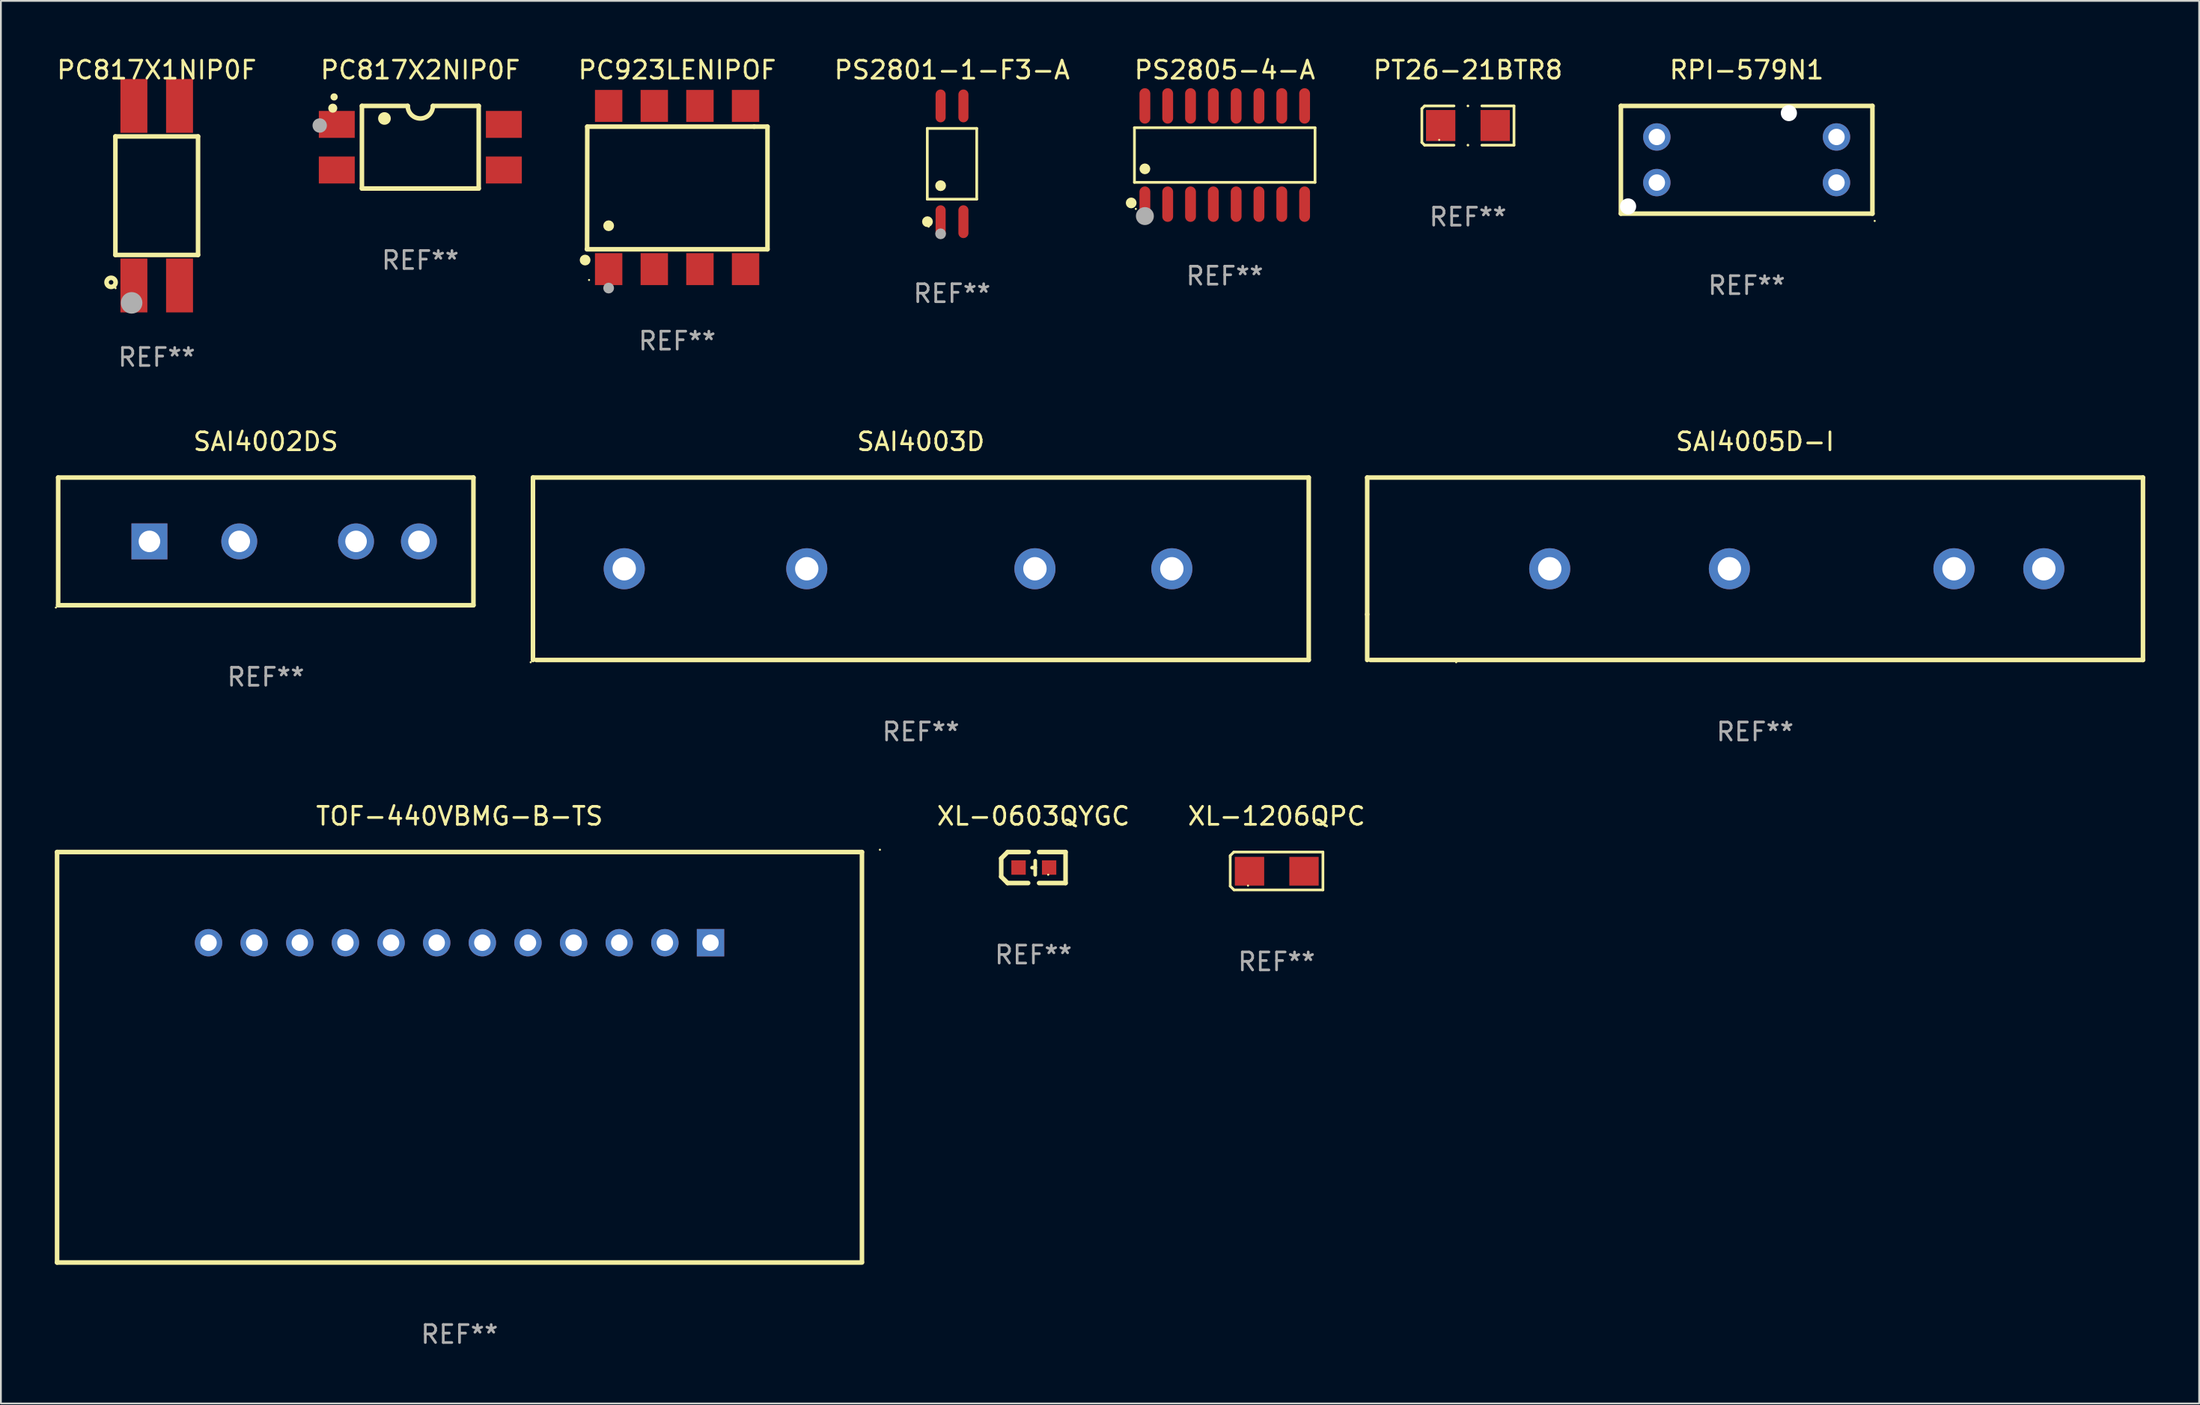
<source format=kicad_pcb>
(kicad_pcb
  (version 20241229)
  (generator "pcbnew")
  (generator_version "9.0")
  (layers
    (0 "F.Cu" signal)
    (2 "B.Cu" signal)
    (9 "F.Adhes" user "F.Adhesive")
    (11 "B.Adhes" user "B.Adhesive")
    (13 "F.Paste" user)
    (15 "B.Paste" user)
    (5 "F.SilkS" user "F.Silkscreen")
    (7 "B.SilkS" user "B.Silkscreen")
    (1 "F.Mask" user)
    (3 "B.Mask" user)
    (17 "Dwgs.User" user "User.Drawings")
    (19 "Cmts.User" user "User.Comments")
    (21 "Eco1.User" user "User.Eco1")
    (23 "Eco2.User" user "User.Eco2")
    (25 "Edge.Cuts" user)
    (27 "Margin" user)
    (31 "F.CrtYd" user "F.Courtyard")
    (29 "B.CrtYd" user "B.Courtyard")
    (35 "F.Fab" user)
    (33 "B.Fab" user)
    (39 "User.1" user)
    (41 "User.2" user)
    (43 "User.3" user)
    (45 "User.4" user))
  (footprint "PC817X2NIP0F"
    (layer "F.Cu")
    (at 20.345 5.148)
    (property "Reference" "PC817X2NIP0F" (at 0 -4.3 0) (layer "F.SilkS") (effects (font (size 1 1) (thickness 0.15))))
    (attr through_hole)
    (fp_line (start -3.25 -2.3) (end -0.7 -2.3) (stroke (width 0.254) (type solid)) (layer "F.SilkS"))
    (fp_line (start -3.25 2.3) (end -3.25 -2.3) (stroke (width 0.254) (type solid)) (layer "F.SilkS"))
    (fp_line (start 3.25 -2.3) (end 0.7 -2.3) (stroke (width 0.254) (type solid)) (layer "F.SilkS"))
    (fp_line (start 3.25 -2.3) (end 3.25 2.3) (stroke (width 0.254) (type solid)) (layer "F.SilkS"))
    (fp_line (start 3.25 2.3) (end -3.25 2.3) (stroke (width 0.254) (type solid)) (layer "F.SilkS"))
    (fp_arc (start -4.800038 -2.800013) (mid -4.798768 -2.800017) (end -4.797498 -2.800013) (stroke (width 0.4) (type solid)) (layer "F.SilkS"))
    (fp_arc (start -1.998997 -1.600216) (mid -1.996469 -1.600225) (end -1.993942 -1.600216) (stroke (width 0.700003) (type solid)) (layer "F.SilkS"))
    (fp_arc (start 0.699987 -2.300013) (mid -0.00099 -1.60042) (end -0.701054 -2.300927) (stroke (width 0.254001) (type solid)) (layer "F.SilkS"))
    (fp_circle (center -4.873 -2.173) (end -4.746 -2.173) (stroke (width 0.254) (type solid)) (fill no) (layer "F.SilkS"))
    (fp_circle (center -5.6 -1.208) (end -5.4 -1.208) (stroke (width 0.4) (type solid)) (fill no) (layer "F.Fab"))
    (fp_text user "REF**" (at 0 6.3 0) (layer "F.Fab") (effects (font (size 1 1) (thickness 0.15))))
    (pad "1" smd rect (at -4.65 -1.27 90) (size 1.5 2) (layers "F.Cu" "F.Mask" "F.Paste"))
    (pad "2" smd rect (at -4.65 1.27 90) (size 1.5 2) (layers "F.Cu" "F.Mask" "F.Paste"))
    (pad "3" smd rect (at 4.65 1.27 90) (size 1.5 2) (layers "F.Cu" "F.Mask" "F.Paste"))
    (pad "4" smd rect (at 4.65 -1.27 90) (size 1.5 2) (layers "F.Cu" "F.Mask" "F.Paste")))
  (footprint "PS2801-1-F3-A"
    (layer "F.Cu")
    (at 49.94 6.072)
    (property "Reference" "PS2801-1-F3-A" (at 0 -5.224 0) (layer "F.SilkS") (effects (font (size 1 1) (thickness 0.15))))
    (attr through_hole)
    (fp_line (start -1.376 -1.971) (end 1.376 -1.971) (stroke (width 0.152) (type solid)) (layer "F.SilkS"))
    (fp_line (start -1.376 1.971) (end -1.376 -1.971) (stroke (width 0.152) (type solid)) (layer "F.SilkS"))
    (fp_line (start 1.376 -1.971) (end 1.376 1.971) (stroke (width 0.152) (type solid)) (layer "F.SilkS"))
    (fp_line (start 1.376 1.971) (end -1.376 1.971) (stroke (width 0.152) (type solid)) (layer "F.SilkS"))
    (fp_circle (center -1.367 3.224) (end -1.217 3.224) (stroke (width 0.3) (type solid)) (fill no) (layer "F.SilkS"))
    (fp_circle (center -1.3 3.5) (end -1.27 3.5) (stroke (width 0.06) (type solid)) (fill no) (layer "F.SilkS"))
    (fp_circle (center -0.635 1.219) (end -0.485 1.219) (stroke (width 0.3) (type solid)) (fill no) (layer "F.SilkS"))
    (fp_circle (center -0.635 3.9) (end -0.485 3.9) (stroke (width 0.3) (type solid)) (fill no) (layer "F.Fab"))
    (fp_text user "REF**" (at 0 7.224 0) (layer "F.Fab") (effects (font (size 1 1) (thickness 0.15))))
    (pad "1" smd oval (at -0.635 3.224) (size 0.56 1.827) (layers "F.Cu" "F.Mask" "F.Paste"))
    (pad "2" smd oval (at 0.635 3.224) (size 0.56 1.827) (layers "F.Cu" "F.Mask" "F.Paste"))
    (pad "3" smd oval (at 0.635 -3.224) (size 0.56 1.827) (layers "F.Cu" "F.Mask" "F.Paste"))
    (pad "4" smd oval (at -0.635 -3.224) (size 0.56 1.827) (layers "F.Cu" "F.Mask" "F.Paste")))
  (footprint "PS2805-4-A"
    (layer "F.Cu")
    (at 65.12 5.584)
    (property "Reference" "PS2805-4-A" (at 0 -4.736 0) (layer "F.SilkS") (effects (font (size 1 1) (thickness 0.15))))
    (attr through_hole)
    (fp_line (start -5.026 -1.521) (end 5.026 -1.521) (stroke (width 0.152) (type solid)) (layer "F.SilkS"))
    (fp_line (start -5.026 1.521) (end -5.026 -1.521) (stroke (width 0.152) (type solid)) (layer "F.SilkS"))
    (fp_line (start 5.026 -1.521) (end 5.026 1.521) (stroke (width 0.152) (type solid)) (layer "F.SilkS"))
    (fp_line (start 5.026 1.521) (end -5.026 1.521) (stroke (width 0.152) (type solid)) (layer "F.SilkS"))
    (fp_circle (center -5.207 2.667) (end -5.057 2.667) (stroke (width 0.3) (type solid)) (fill no) (layer "F.SilkS"))
    (fp_circle (center -4.95 3) (end -4.92 3) (stroke (width 0.06) (type solid)) (fill no) (layer "F.SilkS"))
    (fp_circle (center -4.445 0.769) (end -4.295 0.769) (stroke (width 0.3) (type solid)) (fill no) (layer "F.SilkS"))
    (fp_circle (center -4.445 3.4) (end -4.195 3.4) (stroke (width 0.5) (type solid)) (fill no) (layer "F.Fab"))
    (fp_text user "REF**" (at 0 6.736 0) (layer "F.Fab") (effects (font (size 1 1) (thickness 0.15))))
    (pad "1" smd oval (at -4.445 2.736) (size 0.602 1.971) (layers "F.Cu" "F.Mask" "F.Paste"))
    (pad "2" smd oval (at -3.175 2.736) (size 0.602 1.971) (layers "F.Cu" "F.Mask" "F.Paste"))
    (pad "3" smd oval (at -1.905 2.736) (size 0.602 1.971) (layers "F.Cu" "F.Mask" "F.Paste"))
    (pad "4" smd oval (at -0.635 2.736) (size 0.602 1.971) (layers "F.Cu" "F.Mask" "F.Paste"))
    (pad "5" smd oval (at 0.635 2.736) (size 0.602 1.971) (layers "F.Cu" "F.Mask" "F.Paste"))
    (pad "6" smd oval (at 1.905 2.736) (size 0.602 1.971) (layers "F.Cu" "F.Mask" "F.Paste"))
    (pad "7" smd oval (at 3.175 2.736) (size 0.602 1.971) (layers "F.Cu" "F.Mask" "F.Paste"))
    (pad "8" smd oval (at 4.445 2.736) (size 0.602 1.971) (layers "F.Cu" "F.Mask" "F.Paste"))
    (pad "9" smd oval (at 4.445 -2.736) (size 0.602 1.971) (layers "F.Cu" "F.Mask" "F.Paste"))
    (pad "10" smd oval (at 3.175 -2.736) (size 0.602 1.971) (layers "F.Cu" "F.Mask" "F.Paste"))
    (pad "11" smd oval (at 1.905 -2.736) (size 0.602 1.971) (layers "F.Cu" "F.Mask" "F.Paste"))
    (pad "12" smd oval (at 0.635 -2.736) (size 0.602 1.971) (layers "F.Cu" "F.Mask" "F.Paste"))
    (pad "13" smd oval (at -0.635 -2.736) (size 0.602 1.971) (layers "F.Cu" "F.Mask" "F.Paste"))
    (pad "14" smd oval (at -1.905 -2.736) (size 0.602 1.971) (layers "F.Cu" "F.Mask" "F.Paste"))
    (pad "15" smd oval (at -3.175 -2.736) (size 0.602 1.971) (layers "F.Cu" "F.Mask" "F.Paste"))
    (pad "16" smd oval (at -4.445 -2.736) (size 0.602 1.971) (layers "F.Cu" "F.Mask" "F.Paste")))
  (footprint "SAI4002DS"
    (layer "F.Cu")
    (at 11.744 27.101)
    (property "Reference" "SAI4002DS" (at 0 -5.556 0) (layer "F.SilkS") (effects (font (size 1 1) (thickness 0.15))))
    (attr through_hole)
    (fp_line (start -11.557 -3.556) (end 11.557 -3.556) (stroke (width 0.254) (type solid)) (layer "F.SilkS"))
    (fp_line (start -11.557 3.556) (end -11.557 -3.556) (stroke (width 0.254) (type solid)) (layer "F.SilkS"))
    (fp_line (start 11.557 -3.556) (end 11.557 3.556) (stroke (width 0.254) (type solid)) (layer "F.SilkS"))
    (fp_line (start 11.557 3.556) (end -11.557 3.556) (stroke (width 0.254) (type solid)) (layer "F.SilkS"))
    (fp_circle (center -11.684 3.683) (end -11.654 3.683) (stroke (width 0.06) (type solid)) (fill no) (layer "F.SilkS"))
    (fp_text user "REF**" (at 0 7.556 0) (layer "F.Fab") (effects (font (size 1 1) (thickness 0.15))))
    (pad "1" thru_hole rect (at -6.477 0) (size 2 2) (drill 1.2) (layers "*.Cu" "*.Mask"))
    (pad "2" thru_hole circle (at -1.477 0) (size 2 2) (drill 1.2) (layers "*.Cu" "*.Mask"))
    (pad "3" thru_hole circle (at 5.023 0) (size 2 2) (drill 1.2) (layers "*.Cu" "*.Mask"))
    (pad "4" thru_hole circle (at 8.523 0) (size 2 2) (drill 1.2) (layers "*.Cu" "*.Mask")))
  (footprint "XL-0603QYGC"
    (layer "F.Cu")
    (at 54.469 45.265)
    (property "Reference" "XL-0603QYGC" (at 0 -2.864 0) (layer "F.SilkS") (effects (font (size 1 1) (thickness 0.15))))
    (attr through_hole)
    (fp_line (start -1.791 -0.508) (end -1.435 -0.864) (stroke (width 0.254) (type solid)) (layer "F.SilkS"))
    (fp_line (start -1.791 0.508) (end -1.791 -0.508) (stroke (width 0.254) (type solid)) (layer "F.SilkS"))
    (fp_line (start -1.435 0.864) (end -1.791 0.508) (stroke (width 0.254) (type solid)) (layer "F.SilkS"))
    (fp_line (start -0.292 0.864) (end -1.435 0.864) (stroke (width 0.254) (type solid)) (layer "F.SilkS"))
    (fp_line (start -0.267 -0.864) (end -1.435 -0.864) (stroke (width 0.254) (type solid)) (layer "F.SilkS"))
    (fp_line (start 0.102 0.008) (end -0.074 0.008) (stroke (width 0.203) (type solid)) (layer "F.SilkS"))
    (fp_line (start 0.102 0.406) (end 0.102 -0.381) (stroke (width 0.203) (type solid)) (layer "F.SilkS"))
    (fp_line (start 1.791 -0.864) (end 0.318 -0.864) (stroke (width 0.254) (type solid)) (layer "F.SilkS"))
    (fp_line (start 1.791 0.864) (end 0.318 0.864) (stroke (width 0.254) (type solid)) (layer "F.SilkS"))
    (fp_line (start 1.791 0.864) (end 1.791 -0.864) (stroke (width 0.254) (type solid)) (layer "F.SilkS"))
    (fp_circle (center 0.825 0.4) (end 0.855 0.4) (stroke (width 0.06) (type solid)) (fill no) (layer "F.SilkS"))
    (fp_text user "REF**" (at 0 4.864 0) (layer "F.Fab") (effects (font (size 1 1) (thickness 0.15))))
    (pad "1" smd rect (at 0.876 0 90) (size 0.8 0.8) (layers "F.Cu" "F.Mask" "F.Paste"))
    (pad "2" smd rect (at -0.826 0 90) (size 0.8 0.8) (layers "F.Cu" "F.Mask" "F.Paste")))
  (footprint "TOF-440VBMG-B-TS"
    (layer "F.Cu")
    (at 22.527 55.831)
    (property "Reference" "TOF-440VBMG-B-TS" (at 0 -13.43 0) (layer "F.SilkS") (effects (font (size 1 1) (thickness 0.15))))
    (attr through_hole)
    (fp_line (start -22.4 -11.43) (end -22.4 11.43) (stroke (width 0.254) (type solid)) (layer "F.SilkS"))
    (fp_line (start 22.4 -11.43) (end -22.4 -11.43) (stroke (width 0.254) (type solid)) (layer "F.SilkS"))
    (fp_line (start 22.4 -11.43) (end 22.4 11.4) (stroke (width 0.254) (type solid)) (layer "F.SilkS"))
    (fp_line (start 22.4 11.43) (end -22.4 11.43) (stroke (width 0.254) (type solid)) (layer "F.SilkS"))
    (fp_circle (center 23.4 -11.557) (end 23.43 -11.557) (stroke (width 0.06) (type solid)) (fill no) (layer "F.SilkS"))
    (fp_text user "REF**" (at 0 15.43 0) (layer "F.Fab") (effects (font (size 1 1) (thickness 0.15))))
    (pad "1" thru_hole rect (at 13.97 -6.38) (size 1.524 1.524) (drill 0.914) (layers "*.Cu" "*.Mask"))
    (pad "2" thru_hole circle (at 11.43 -6.38) (size 1.524 1.524) (drill 0.914) (layers "*.Cu" "*.Mask"))
    (pad "3" thru_hole circle (at 8.89 -6.38) (size 1.524 1.524) (drill 0.914) (layers "*.Cu" "*.Mask"))
    (pad "4" thru_hole circle (at 6.35 -6.38) (size 1.524 1.524) (drill 0.914) (layers "*.Cu" "*.Mask"))
    (pad "5" thru_hole circle (at 3.81 -6.38) (size 1.524 1.524) (drill 0.914) (layers "*.Cu" "*.Mask"))
    (pad "6" thru_hole circle (at 1.27 -6.38) (size 1.524 1.524) (drill 0.914) (layers "*.Cu" "*.Mask"))
    (pad "7" thru_hole circle (at -1.27 -6.38) (size 1.524 1.524) (drill 0.914) (layers "*.Cu" "*.Mask"))
    (pad "8" thru_hole circle (at -3.81 -6.38) (size 1.524 1.524) (drill 0.914) (layers "*.Cu" "*.Mask"))
    (pad "9" thru_hole circle (at -6.35 -6.38) (size 1.524 1.524) (drill 0.914) (layers "*.Cu" "*.Mask"))
    (pad "10" thru_hole circle (at -8.89 -6.38) (size 1.524 1.524) (drill 0.914) (layers "*.Cu" "*.Mask"))
    (pad "11" thru_hole circle (at -11.43 -6.38) (size 1.524 1.524) (drill 0.914) (layers "*.Cu" "*.Mask"))
    (pad "12" thru_hole circle (at -13.97 -6.38) (size 1.524 1.524) (drill 0.914) (layers "*.Cu" "*.Mask")))
  (footprint "PC817X1NIP0F"
    (layer "F.Cu")
    (at 5.673 7.848)
    (property "Reference" "PC817X1NIP0F" (at 0 -7 0) (layer "F.SilkS") (effects (font (size 1 1) (thickness 0.15))))
    (attr through_hole)
    (fp_line (start -2.3 -3.3) (end 2.3 -3.3) (stroke (width 0.254) (type solid)) (layer "F.SilkS"))
    (fp_line (start -2.3 3.3) (end -2.3 -3.3) (stroke (width 0.254) (type solid)) (layer "F.SilkS"))
    (fp_line (start 2.3 -3.3) (end 2.3 3.3) (stroke (width 0.254) (type solid)) (layer "F.SilkS"))
    (fp_line (start 2.3 3.3) (end -2.3 3.3) (stroke (width 0.254) (type solid)) (layer "F.SilkS"))
    (fp_circle (center -2.54 4.826) (end -2.286 4.826) (stroke (width 0.254) (type solid)) (fill no) (layer "F.SilkS"))
    (fp_circle (center -2.29 5.15) (end -2.26 5.15) (stroke (width 0.06) (type solid)) (fill no) (layer "F.SilkS"))
    (fp_circle (center -1.397 5.969) (end -1.097 5.969) (stroke (width 0.6) (type solid)) (fill no) (layer "F.Fab"))
    (fp_text user "REF**" (at 0 9 0) (layer "F.Fab") (effects (font (size 1 1) (thickness 0.15))))
    (pad "1" smd rect (at -1.27 5 180) (size 1.5 3) (layers "F.Cu" "F.Mask" "F.Paste"))
    (pad "2" smd rect (at 1.27 5 180) (size 1.5 3) (layers "F.Cu" "F.Mask" "F.Paste"))
    (pad "3" smd rect (at 1.27 -5 180) (size 1.5 3) (layers "F.Cu" "F.Mask" "F.Paste"))
    (pad "4" smd rect (at -1.27 -5 180) (size 1.5 3) (layers "F.Cu" "F.Mask" "F.Paste")))
  (footprint "XL-1206QPC"
    (layer "F.Cu")
    (at 68.005 45.456)
    (property "Reference" "XL-1206QPC" (at 0 -3.055 0) (layer "F.SilkS") (effects (font (size 1 1) (thickness 0.15))))
    (attr through_hole)
    (fp_line (start -2.58 -0.855) (end -2.38 -1.055) (stroke (width 0.15) (type solid)) (layer "F.SilkS"))
    (fp_line (start -2.58 -0.775) (end -2.58 -0.855) (stroke (width 0.15) (type solid)) (layer "F.SilkS"))
    (fp_line (start -2.58 -0.775) (end -2.58 0.845) (stroke (width 0.15) (type solid)) (layer "F.SilkS"))
    (fp_line (start -2.58 0.845) (end -2.37 1.055) (stroke (width 0.15) (type solid)) (layer "F.SilkS"))
    (fp_line (start -2.38 -1.055) (end 2.58 -1.055) (stroke (width 0.15) (type solid)) (layer "F.SilkS"))
    (fp_line (start 2.58 -1.055) (end 2.58 1.055) (stroke (width 0.15) (type solid)) (layer "F.SilkS"))
    (fp_line (start 2.58 1.055) (end -2.37 1.055) (stroke (width 0.15) (type solid)) (layer "F.SilkS"))
    (fp_circle (center -1.59 0.815) (end -1.56 0.815) (stroke (width 0.06) (type solid)) (fill no) (layer "F.SilkS"))
    (fp_text user "REF**" (at 0 5.055 0) (layer "F.Fab") (effects (font (size 1 1) (thickness 0.15))))
    (pad "1" smd rect (at -1.507 0.015) (size 1.635 1.6) (layers "F.Cu" "F.Mask" "F.Paste"))
    (pad "2" smd rect (at 1.527 0.015) (size 1.635 1.6) (layers "F.Cu" "F.Mask" "F.Paste")))
  (footprint "RPI-579N1"
    (layer "F.Cu")
    (at 94.17 5.848)
    (property "Reference" "RPI-579N1" (at 0 -5 0) (layer "F.SilkS") (effects (font (size 1 1) (thickness 0.15))))
    (attr through_hole)
    (fp_line (start -7 -3) (end 7 -3) (stroke (width 0.254) (type solid)) (layer "F.SilkS"))
    (fp_line (start -7 3) (end -7 -3) (stroke (width 0.254) (type solid)) (layer "F.SilkS"))
    (fp_line (start 7 -3) (end 7 3) (stroke (width 0.254) (type solid)) (layer "F.SilkS"))
    (fp_line (start 7 3) (end -7 3) (stroke (width 0.254) (type solid)) (layer "F.SilkS"))
    (fp_circle (center 7.127 3.406) (end 7.157 3.406) (stroke (width 0.06) (type solid)) (fill no) (layer "F.SilkS"))
    (fp_text user "REF**" (at 0 7 0) (layer "F.Fab") (effects (font (size 1 1) (thickness 0.15))))
    (pad "" np_thru_hole circle (at -6.6 2.6) (size 0.9 0.9) (drill 0.9) (layers "*.Cu" "*.Mask"))
    (pad "" np_thru_hole circle (at 2.35 -2.6) (size 0.9 0.9) (drill 0.9) (layers "*.Cu" "*.Mask"))
    (pad "1" thru_hole circle (at 5 1.27) (size 1.524 1.524) (drill 0.914) (layers "*.Cu" "*.Mask"))
    (pad "2" thru_hole circle (at 5 -1.27) (size 1.524 1.524) (drill 0.914) (layers "*.Cu" "*.Mask"))
    (pad "3" thru_hole circle (at -5 -1.27) (size 1.524 1.524) (drill 0.914) (layers "*.Cu" "*.Mask"))
    (pad "4" thru_hole circle (at -5 1.27) (size 1.524 1.524) (drill 0.914) (layers "*.Cu" "*.Mask")))
  (footprint "SAI4003D"
    (layer "F.Cu")
    (at 48.205 28.625)
    (property "Reference" "SAI4003D" (at 0 -7.08 0) (layer "F.SilkS") (effects (font (size 1 1) (thickness 0.15))))
    (attr through_hole)
    (fp_line (start -21.59 -5.08) (end 21.59 -5.08) (stroke (width 0.254) (type solid)) (layer "F.SilkS"))
    (fp_line (start -21.59 2.54) (end -21.59 -5.08) (stroke (width 0.254) (type solid)) (layer "F.SilkS"))
    (fp_line (start -21.59 2.54) (end -21.59 5.08) (stroke (width 0.254) (type solid)) (layer "F.SilkS"))
    (fp_line (start -21.41 5.08) (end 21.59 5.08) (stroke (width 0.254) (type solid)) (layer "F.SilkS"))
    (fp_line (start 21.59 -5.08) (end 21.59 5.08) (stroke (width 0.254) (type solid)) (layer "F.SilkS"))
    (fp_circle (center -21.717 5.207) (end -21.687 5.207) (stroke (width 0.06) (type solid)) (fill no) (layer "F.SilkS"))
    (fp_text user "REF**" (at 0 9.08 0) (layer "F.Fab") (effects (font (size 1 1) (thickness 0.15))))
    (pad "1" thru_hole circle (at -16.51 0) (size 2.286 2.286) (drill 1.3) (layers "*.Cu" "*.Mask"))
    (pad "2" thru_hole circle (at 6.35 0) (size 2.286 2.286) (drill 1.3) (layers "*.Cu" "*.Mask"))
    (pad "4" thru_hole circle (at 13.97 0) (size 2.286 2.286) (drill 1.3) (layers "*.Cu" "*.Mask"))
    (pad "6" thru_hole circle (at -6.35 0) (size 2.286 2.286) (drill 1.3) (layers "*.Cu" "*.Mask")))
  (footprint "PC923LENIPOF"
    (layer "F.Cu")
    (at 34.643 7.393)
    (property "Reference" "PC923LENIPOF" (at 0 -6.545 0) (layer "F.SilkS") (effects (font (size 1 1) (thickness 0.15))))
    (attr through_hole)
    (fp_line (start -5.005 -3.39) (end -5.015 3.42) (stroke (width 0.254) (type solid)) (layer "F.SilkS"))
    (fp_line (start 4.285 -3.39) (end -5.005 -3.39) (stroke (width 0.254) (type solid)) (layer "F.SilkS"))
    (fp_line (start 4.285 -3.39) (end 5.025 -3.39) (stroke (width 0.254) (type solid)) (layer "F.SilkS"))
    (fp_line (start 5.025 -3.39) (end 5.025 3.44) (stroke (width 0.254) (type solid)) (layer "F.SilkS"))
    (fp_line (start 5.025 3.44) (end -5.025 3.44) (stroke (width 0.254) (type solid)) (layer "F.SilkS"))
    (fp_circle (center -5.125 4.04) (end -4.975 4.04) (stroke (width 0.3) (type solid)) (fill no) (layer "F.SilkS"))
    (fp_circle (center -4.905 5.15) (end -4.875 5.15) (stroke (width 0.06) (type solid)) (fill no) (layer "F.SilkS"))
    (fp_circle (center -3.815 2.129) (end -3.665 2.129) (stroke (width 0.3) (type solid)) (fill no) (layer "F.SilkS"))
    (fp_circle (center -3.815 5.6) (end -3.665 5.6) (stroke (width 0.3) (type solid)) (fill no) (layer "F.Fab"))
    (fp_text user "REF**" (at 0 8.545 0) (layer "F.Fab") (effects (font (size 1 1) (thickness 0.15))))
    (pad "1" smd rect (at -3.815 4.545) (size 1.525 1.78) (layers "F.Cu" "F.Mask" "F.Paste"))
    (pad "2" smd rect (at -1.275 4.545) (size 1.525 1.78) (layers "F.Cu" "F.Mask" "F.Paste"))
    (pad "3" smd rect (at 1.265 4.545) (size 1.525 1.78) (layers "F.Cu" "F.Mask" "F.Paste"))
    (pad "4" smd rect (at 3.805 4.545) (size 1.525 1.78) (layers "F.Cu" "F.Mask" "F.Paste"))
    (pad "5" smd rect (at 3.805 -4.545) (size 1.525 1.78) (layers "F.Cu" "F.Mask" "F.Paste"))
    (pad "6" smd rect (at 1.265 -4.545) (size 1.525 1.78) (layers "F.Cu" "F.Mask" "F.Paste"))
    (pad "7" smd rect (at -1.275 -4.545) (size 1.525 1.78) (layers "F.Cu" "F.Mask" "F.Paste"))
    (pad "8" smd rect (at -3.815 -4.545) (size 1.525 1.78) (layers "F.Cu" "F.Mask" "F.Paste")))
  (footprint "SAI4005D-I"
    (layer "F.Cu")
    (at 94.639 28.625)
    (property "Reference" "SAI4005D-I" (at 0 -7.08 0) (layer "F.SilkS") (effects (font (size 1 1) (thickness 0.15))))
    (attr through_hole)
    (fp_line (start -21.59 -5.08) (end 21.59 -5.08) (stroke (width 0.254) (type solid)) (layer "F.SilkS"))
    (fp_line (start -21.59 2.54) (end -21.59 -5.08) (stroke (width 0.254) (type solid)) (layer "F.SilkS"))
    (fp_line (start -21.59 2.54) (end -21.59 5.08) (stroke (width 0.254) (type solid)) (layer "F.SilkS"))
    (fp_line (start -21.41 5.08) (end 21.59 5.08) (stroke (width 0.254) (type solid)) (layer "F.SilkS"))
    (fp_line (start 21.59 -5.08) (end 21.59 5.08) (stroke (width 0.254) (type solid)) (layer "F.SilkS"))
    (fp_circle (center -16.637 5.207) (end -16.607 5.207) (stroke (width 0.06) (type solid)) (fill no) (layer "F.SilkS"))
    (fp_text user "REF**" (at 0 9.08 0) (layer "F.Fab") (effects (font (size 1 1) (thickness 0.15))))
    (pad "1" thru_hole circle (at -11.43 0) (size 2.286 2.286) (drill 1.3) (layers "*.Cu" "*.Mask"))
    (pad "2" thru_hole circle (at 11.07 0) (size 2.286 2.286) (drill 1.3) (layers "*.Cu" "*.Mask"))
    (pad "4" thru_hole circle (at 16.07 0) (size 2.286 2.286) (drill 1.3) (layers "*.Cu" "*.Mask"))
    (pad "6" thru_hole circle (at -1.43 0) (size 2.286 2.286) (drill 1.3) (layers "*.Cu" "*.Mask")))
  (footprint "PT26-21BTR8"
    (layer "F.Cu")
    (at 78.656 3.941)
    (property "Reference" "PT26-21BTR8" (at 0 -3.093 0) (layer "F.SilkS") (effects (font (size 1 1) (thickness 0.15))))
    (attr through_hole)
    (fp_line (start -2.564 -0.94) (end -2.411 -1.093) (stroke (width 0.152) (type solid)) (layer "F.SilkS"))
    (fp_line (start -2.564 0.94) (end -2.564 -0.94) (stroke (width 0.152) (type solid)) (layer "F.SilkS"))
    (fp_line (start -2.411 -1.093) (end -0.776 -1.093) (stroke (width 0.152) (type solid)) (layer "F.SilkS"))
    (fp_line (start -2.411 1.093) (end -2.564 0.94) (stroke (width 0.152) (type solid)) (layer "F.SilkS"))
    (fp_line (start -0.776 1.093) (end -2.411 1.093) (stroke (width 0.152) (type solid)) (layer "F.SilkS"))
    (fp_line (start 0.776 1.093) (end 2.564 1.093) (stroke (width 0.152) (type solid)) (layer "F.SilkS"))
    (fp_line (start 2.564 -1.093) (end 0.776 -1.093) (stroke (width 0.152) (type solid)) (layer "F.SilkS"))
    (fp_line (start 2.564 1.093) (end 2.564 -1.093) (stroke (width 0.152) (type solid)) (layer "F.SilkS"))
    (fp_circle (center -1.6 0.8) (end -1.57 0.8) (stroke (width 0.06) (type solid)) (fill no) (layer "F.SilkS"))
    (fp_circle (center 0 -1.093) (end 0.038 -1.093) (stroke (width 0.076) (type solid)) (fill no) (layer "F.SilkS"))
    (fp_circle (center 0 1.093) (end 0.038 1.093) (stroke (width 0.076) (type solid)) (fill no) (layer "F.SilkS"))
    (fp_text user "REF**" (at 0 5.093 0) (layer "F.Fab") (effects (font (size 1 1) (thickness 0.15))))
    (pad "1" smd rect (at -1.517 0) (size 1.635 1.728) (layers "F.Cu" "F.Mask" "F.Paste"))
    (pad "2" smd rect (at 1.517 0) (size 1.635 1.728) (layers "F.Cu" "F.Mask" "F.Paste")))
  (gr_rect
    (start -3 -3)
    (end 119.356 75.11)
    (stroke (width 0.1) (type default))
    (fill no)
    (layer "Edge.Cuts")))
</source>
